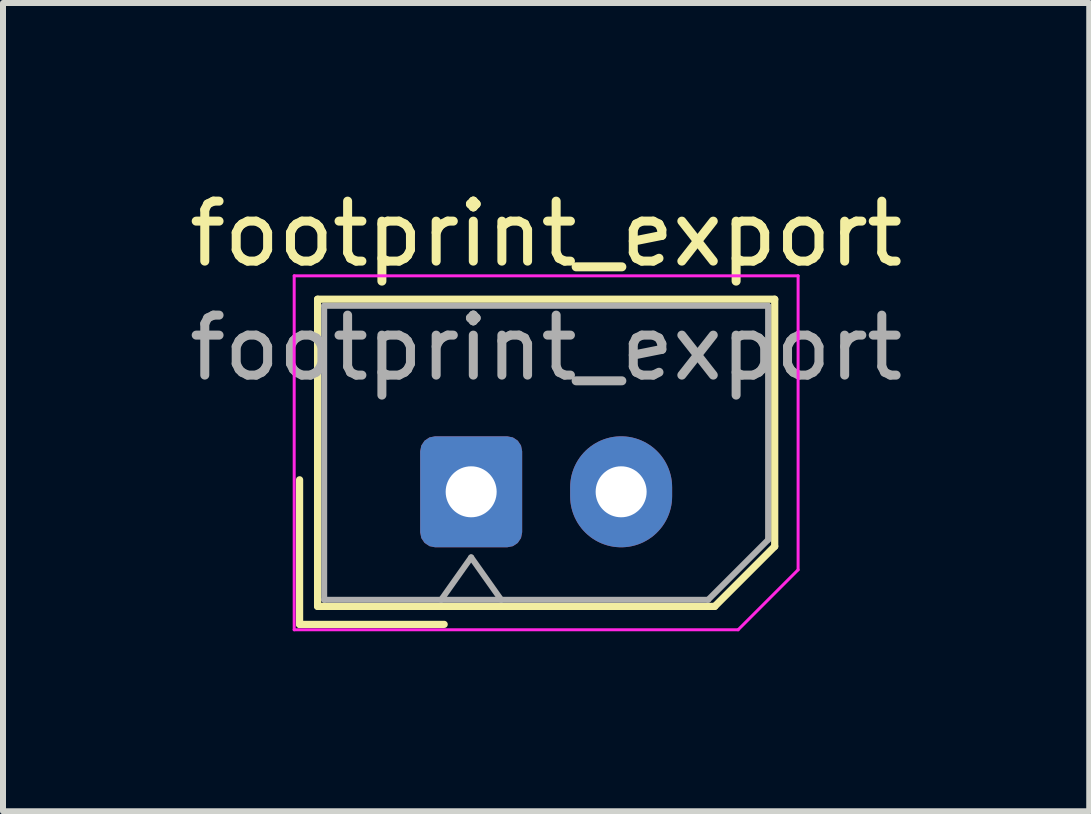
<source format=kicad_pcb>
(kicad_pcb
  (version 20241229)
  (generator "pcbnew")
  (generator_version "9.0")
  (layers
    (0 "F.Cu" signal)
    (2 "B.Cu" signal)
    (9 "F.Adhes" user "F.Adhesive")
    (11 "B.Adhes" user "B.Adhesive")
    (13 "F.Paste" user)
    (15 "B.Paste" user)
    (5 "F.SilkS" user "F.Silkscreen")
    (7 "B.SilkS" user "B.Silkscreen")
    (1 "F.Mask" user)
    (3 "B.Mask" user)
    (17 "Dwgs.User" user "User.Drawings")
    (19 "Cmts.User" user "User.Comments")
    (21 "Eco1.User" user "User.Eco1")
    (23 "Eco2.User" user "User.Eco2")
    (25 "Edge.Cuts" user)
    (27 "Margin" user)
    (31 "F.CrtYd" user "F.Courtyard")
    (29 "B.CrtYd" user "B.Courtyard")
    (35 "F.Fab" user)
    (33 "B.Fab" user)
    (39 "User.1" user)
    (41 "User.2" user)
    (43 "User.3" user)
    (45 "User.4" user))
  (footprint "footprint_export"
    (layer "F.Cu")
    (at 4.804 5.148)
    (property "Reference" "footprint_export" (at 1.25 -4.3 0) (layer "F.SilkS") (effects (font (size 1 1) (thickness 0.15))))
    (attr through_hole)
    (fp_line (start -2.86 -0.2) (end -2.86 2.21) (stroke (width 0.12) (type solid)) (layer "F.SilkS"))
    (fp_line (start -2.86 2.21) (end -0.45 2.21) (stroke (width 0.12) (type solid)) (layer "F.SilkS"))
    (fp_line (start -2.56 -3.21) (end -2.56 1.91) (stroke (width 0.12) (type solid)) (layer "F.SilkS"))
    (fp_line (start -2.56 1.91) (end 4.06 1.91) (stroke (width 0.12) (type solid)) (layer "F.SilkS"))
    (fp_line (start 4.06 1.91) (end 5.06 0.91) (stroke (width 0.12) (type solid)) (layer "F.SilkS"))
    (fp_line (start 5.06 -3.21) (end -2.56 -3.21) (stroke (width 0.12) (type solid)) (layer "F.SilkS"))
    (fp_line (start 5.06 0.91) (end 5.06 -3.21) (stroke (width 0.12) (type solid)) (layer "F.SilkS"))
    (fp_line (start -2.95 -3.6) (end -2.95 2.3) (stroke (width 0.05) (type solid)) (layer "F.CrtYd"))
    (fp_line (start -2.95 2.3) (end 4.45 2.3) (stroke (width 0.05) (type solid)) (layer "F.CrtYd"))
    (fp_line (start 4.45 2.3) (end 5.45 1.3) (stroke (width 0.05) (type solid)) (layer "F.CrtYd"))
    (fp_line (start 5.45 -3.6) (end -2.95 -3.6) (stroke (width 0.05) (type solid)) (layer "F.CrtYd"))
    (fp_line (start 5.45 1.3) (end 5.45 -3.6) (stroke (width 0.05) (type solid)) (layer "F.CrtYd"))
    (fp_line (start -2.45 -3.1) (end -2.45 1.8) (stroke (width 0.1) (type solid)) (layer "F.Fab"))
    (fp_line (start -2.45 1.8) (end 3.95 1.8) (stroke (width 0.1) (type solid)) (layer "F.Fab"))
    (fp_line (start -0.5 1.8) (end 0 1.093) (stroke (width 0.1) (type solid)) (layer "F.Fab"))
    (fp_line (start 0 1.093) (end 0.5 1.8) (stroke (width 0.1) (type solid)) (layer "F.Fab"))
    (fp_line (start 3.95 1.8) (end 4.95 0.8) (stroke (width 0.1) (type solid)) (layer "F.Fab"))
    (fp_line (start 4.95 -3.1) (end -2.45 -3.1) (stroke (width 0.1) (type solid)) (layer "F.Fab"))
    (fp_line (start 4.95 0.8) (end 4.95 -3.1) (stroke (width 0.1) (type solid)) (layer "F.Fab"))
    (fp_text user "${REFERENCE}" (at 1.25 -2.4 0) (layer "F.Fab") (effects (font (size 1 1) (thickness 0.15))))
    (pad "1" thru_hole roundrect (at 0 0) (size 1.7 1.85) (drill 0.85) (layers "*.Cu" "*.Mask") (roundrect_rratio 0.147))
    (pad "2" thru_hole oval (at 2.5 0) (size 1.7 1.85) (drill 0.85) (layers "*.Cu" "*.Mask")))
  (gr_rect
    (start -3 -3)
    (end 15.107 10.473)
    (stroke (width 0.1) (type default))
    (fill no)
    (layer "Edge.Cuts")))
</source>
